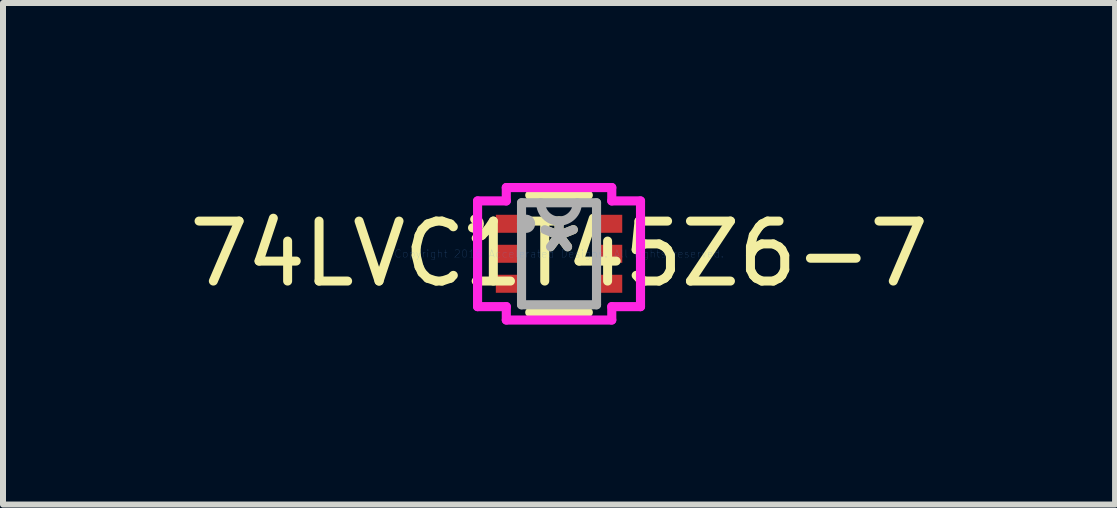
<source format=kicad_pcb>
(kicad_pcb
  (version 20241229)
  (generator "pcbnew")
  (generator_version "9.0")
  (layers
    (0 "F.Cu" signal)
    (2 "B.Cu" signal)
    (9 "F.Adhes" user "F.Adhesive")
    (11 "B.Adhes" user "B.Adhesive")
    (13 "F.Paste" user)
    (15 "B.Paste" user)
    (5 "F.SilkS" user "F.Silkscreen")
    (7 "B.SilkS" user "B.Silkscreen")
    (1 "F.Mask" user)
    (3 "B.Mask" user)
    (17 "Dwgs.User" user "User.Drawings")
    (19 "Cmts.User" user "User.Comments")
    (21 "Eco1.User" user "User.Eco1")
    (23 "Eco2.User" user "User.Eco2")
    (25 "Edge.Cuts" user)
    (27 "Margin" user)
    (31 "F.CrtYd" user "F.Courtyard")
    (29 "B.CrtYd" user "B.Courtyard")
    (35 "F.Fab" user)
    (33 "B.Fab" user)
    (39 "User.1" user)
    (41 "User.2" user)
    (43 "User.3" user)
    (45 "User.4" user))
  (footprint "74LVC1T45Z6-7"
    (layer "F.Cu")
    (at 6.268 1.18)
    (property "Reference" "74LVC1T45Z6-7" (at 0 0 0) (layer "F.SilkS") (effects (font (size 1 1) (thickness 0.15))))
    (attr through_hole)
    (fp_line (start -0.488 0.977) (end 0.488 0.977) (stroke (width 0.152) (type solid)) (layer "F.SilkS"))
    (fp_line (start 0.488 -0.977) (end -0.488 -0.977) (stroke (width 0.152) (type solid)) (layer "F.SilkS"))
    (fp_arc (start -1.4048 -0.5762) (mid -1.330971 -0.481141) (end -1.441345 -0.433135) (stroke (width 0.1524) (type solid)) (layer "F.SilkS"))
    (fp_line (start -1.358 -0.881) (end -0.879 -0.881) (stroke (width 0.152) (type solid)) (layer "F.CrtYd"))
    (fp_line (start -1.358 0.881) (end -1.358 -0.881) (stroke (width 0.152) (type solid)) (layer "F.CrtYd"))
    (fp_line (start -0.879 -1.104) (end 0.879 -1.104) (stroke (width 0.152) (type solid)) (layer "F.CrtYd"))
    (fp_line (start -0.879 -0.881) (end -0.879 -1.104) (stroke (width 0.152) (type solid)) (layer "F.CrtYd"))
    (fp_line (start -0.879 0.881) (end -1.358 0.881) (stroke (width 0.152) (type solid)) (layer "F.CrtYd"))
    (fp_line (start -0.879 1.104) (end -0.879 0.881) (stroke (width 0.152) (type solid)) (layer "F.CrtYd"))
    (fp_line (start 0.879 -1.104) (end 0.879 -0.881) (stroke (width 0.152) (type solid)) (layer "F.CrtYd"))
    (fp_line (start 0.879 -0.881) (end 1.358 -0.881) (stroke (width 0.152) (type solid)) (layer "F.CrtYd"))
    (fp_line (start 0.879 0.881) (end 0.879 1.104) (stroke (width 0.152) (type solid)) (layer "F.CrtYd"))
    (fp_line (start 0.879 1.104) (end -0.879 1.104) (stroke (width 0.152) (type solid)) (layer "F.CrtYd"))
    (fp_line (start 1.358 -0.881) (end 1.358 0.881) (stroke (width 0.152) (type solid)) (layer "F.CrtYd"))
    (fp_line (start 1.358 0.881) (end 0.879 0.881) (stroke (width 0.152) (type solid)) (layer "F.CrtYd"))
    (fp_line (start -0.625 -0.85) (end -0.625 0.85) (stroke (width 0.152) (type solid)) (layer "F.Fab"))
    (fp_line (start -0.625 0.85) (end 0.625 0.85) (stroke (width 0.152) (type solid)) (layer "F.Fab"))
    (fp_line (start 0.625 -0.85) (end -0.625 -0.85) (stroke (width 0.152) (type solid)) (layer "F.Fab"))
    (fp_line (start 0.625 0.85) (end 0.625 -0.85) (stroke (width 0.152) (type solid)) (layer "F.Fab"))
    (fp_arc (start 0.3048 -0.85) (mid 0 -0.5452) (end -0.3048 -0.85) (stroke (width 0.1524) (type solid)) (layer "F.Fab"))
    (fp_circle (center -0.55 -0.5) (end -0.474 -0.5) (stroke (width 0.152) (type solid)) (fill no) (layer "F.Fab"))
    (fp_text user "*" (at 0 0 0) (layer "F.SilkS") (effects (font (size 1 1) (thickness 0.15))))
    (fp_text user "Copyright 2016 Accelerated Designs. All rights reserved." (at 0 0 0) (layer "Cmts.User") (effects (font (size 0.127 0.127) (thickness 0.002))))
    (fp_text user "*" (at 0 0 0) (layer "F.Fab") (effects (font (size 1 1) (thickness 0.15))))
    (pad "1" smd rect (at -0.802 -0.5) (size 0.503 0.3) (layers "F.Cu" "F.Mask" "F.Paste"))
    (pad "2" smd rect (at -0.802 0) (size 0.503 0.3) (layers "F.Cu" "F.Mask" "F.Paste"))
    (pad "3" smd rect (at -0.802 0.5) (size 0.503 0.3) (layers "F.Cu" "F.Mask" "F.Paste"))
    (pad "4" smd rect (at 0.802 0.5) (size 0.503 0.3) (layers "F.Cu" "F.Mask" "F.Paste"))
    (pad "5" smd rect (at 0.802 0) (size 0.503 0.3) (layers "F.Cu" "F.Mask" "F.Paste"))
    (pad "6" smd rect (at 0.802 -0.5) (size 0.503 0.3) (layers "F.Cu" "F.Mask" "F.Paste")))
  (gr_rect
    (start -3 -3)
    (end 15.536 5.36)
    (stroke (width 0.1) (type default))
    (fill no)
    (layer "Edge.Cuts")))
</source>
